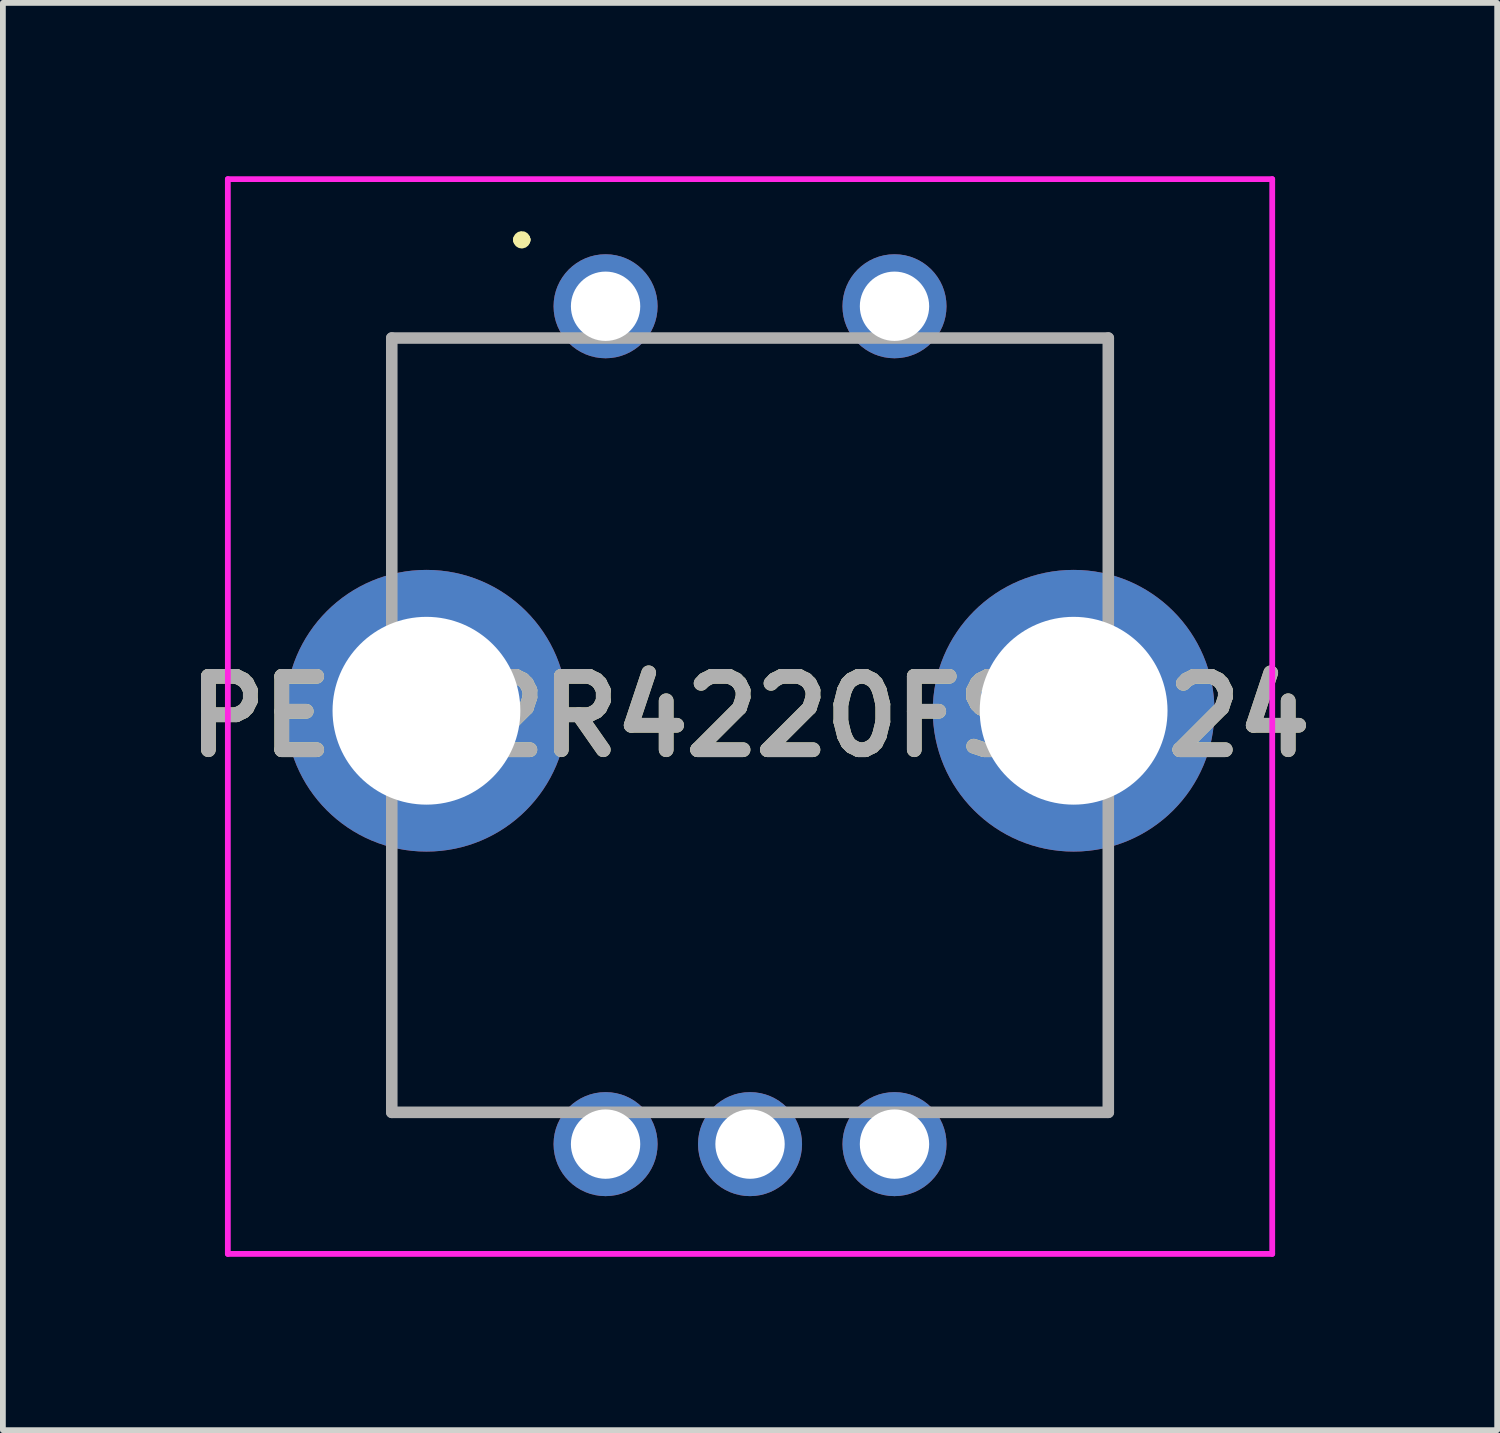
<source format=kicad_pcb>
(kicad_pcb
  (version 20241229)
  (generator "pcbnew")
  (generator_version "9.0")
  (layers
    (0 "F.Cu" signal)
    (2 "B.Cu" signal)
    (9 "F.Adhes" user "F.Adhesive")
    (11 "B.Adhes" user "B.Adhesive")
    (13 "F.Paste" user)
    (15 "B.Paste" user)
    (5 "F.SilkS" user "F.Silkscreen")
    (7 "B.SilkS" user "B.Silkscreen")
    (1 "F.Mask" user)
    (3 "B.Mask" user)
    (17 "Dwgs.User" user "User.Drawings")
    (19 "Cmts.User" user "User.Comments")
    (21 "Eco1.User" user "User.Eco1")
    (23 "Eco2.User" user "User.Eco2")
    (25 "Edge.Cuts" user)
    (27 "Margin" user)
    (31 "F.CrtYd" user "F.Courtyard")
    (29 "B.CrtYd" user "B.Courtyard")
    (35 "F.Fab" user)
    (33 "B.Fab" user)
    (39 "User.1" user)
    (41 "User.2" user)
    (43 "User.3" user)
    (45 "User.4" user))
  (footprint "PEC12R4220FS0024"
    (layer "F.Cu")
    (at 7.43 2.25)
    (property "Reference" "PEC12R4220FS0024" (at 2.5 7.1 0) (layer "F.SilkS") (effects (font (size 1.27 1.27) (thickness 0.254))))
    (attr through_hole)
    (fp_line (start -3.7 0.55) (end -3.7 3.35) (stroke (width 0.1) (type solid)) (layer "F.SilkS"))
    (fp_line (start -1.7 0.55) (end -3.7 0.55) (stroke (width 0.1) (type solid)) (layer "F.SilkS"))
    (fp_line (start -1.5 -1.15) (end -1.5 -1.15) (stroke (width 0.2) (type solid)) (layer "F.SilkS"))
    (fp_line (start -1.4 -1.15) (end -1.4 -1.15) (stroke (width 0.2) (type solid)) (layer "F.SilkS"))
    (fp_line (start 1.3 0.55) (end 3.7 0.55) (stroke (width 0.1) (type solid)) (layer "F.SilkS"))
    (fp_line (start 6.4 0.55) (end 8.7 0.55) (stroke (width 0.1) (type solid)) (layer "F.SilkS"))
    (fp_line (start 8.7 0.55) (end 8.7 3.65) (stroke (width 0.1) (type solid)) (layer "F.SilkS"))
    (fp_arc (start -1.5 -1.15) (mid -1.45 -1.2) (end -1.4 -1.15) (stroke (width 0.2) (type solid)) (layer "F.SilkS"))
    (fp_arc (start -1.4 -1.15) (mid -1.45 -1.1) (end -1.5 -1.15) (stroke (width 0.2) (type solid)) (layer "F.SilkS"))
    (fp_line (start -6.537 -2.2) (end 11.537 -2.2) (stroke (width 0.1) (type solid)) (layer "F.CrtYd"))
    (fp_line (start -6.537 16.4) (end -6.537 -2.2) (stroke (width 0.1) (type solid)) (layer "F.CrtYd"))
    (fp_line (start 11.537 -2.2) (end 11.537 16.4) (stroke (width 0.1) (type solid)) (layer "F.CrtYd"))
    (fp_line (start 11.537 16.4) (end -6.537 16.4) (stroke (width 0.1) (type solid)) (layer "F.CrtYd"))
    (fp_line (start -3.7 0.55) (end 8.7 0.55) (stroke (width 0.2) (type solid)) (layer "F.Fab"))
    (fp_line (start -3.7 13.95) (end -3.7 0.55) (stroke (width 0.2) (type solid)) (layer "F.Fab"))
    (fp_line (start 8.7 0.55) (end 8.7 13.95) (stroke (width 0.2) (type solid)) (layer "F.Fab"))
    (fp_line (start 8.7 13.95) (end -3.7 13.95) (stroke (width 0.2) (type solid)) (layer "F.Fab"))
    (fp_text user "${REFERENCE}" (at 2.5 7.1 0) (layer "F.Fab") (effects (font (size 1.27 1.27) (thickness 0.254))))
    (pad "1" thru_hole circle (at 0 0) (size 1.8 1.8) (drill 1.2) (layers "*.Cu" "*.Mask"))
    (pad "2" thru_hole circle (at 5 0) (size 1.8 1.8) (drill 1.2) (layers "*.Cu" "*.Mask"))
    (pad "A1" thru_hole circle (at 0 14.5) (size 1.8 1.8) (drill 1.2) (layers "*.Cu" "*.Mask"))
    (pad "B1" thru_hole circle (at 5 14.5) (size 1.8 1.8) (drill 1.2) (layers "*.Cu" "*.Mask"))
    (pad "C1" thru_hole circle (at 2.5 14.5) (size 1.8 1.8) (drill 1.2) (layers "*.Cu" "*.Mask"))
    (pad "MH1" thru_hole circle (at 8.1 7) (size 4.875 4.875) (drill 3.25) (layers "*.Cu" "*.Mask"))
    (pad "MH2" thru_hole circle (at -3.1 7) (size 4.875 4.875) (drill 3.25) (layers "*.Cu" "*.Mask")))
  (gr_rect
    (start -3 -3)
    (end 22.86 21.7)
    (stroke (width 0.1) (type default))
    (fill no)
    (layer "Edge.Cuts")))
</source>
